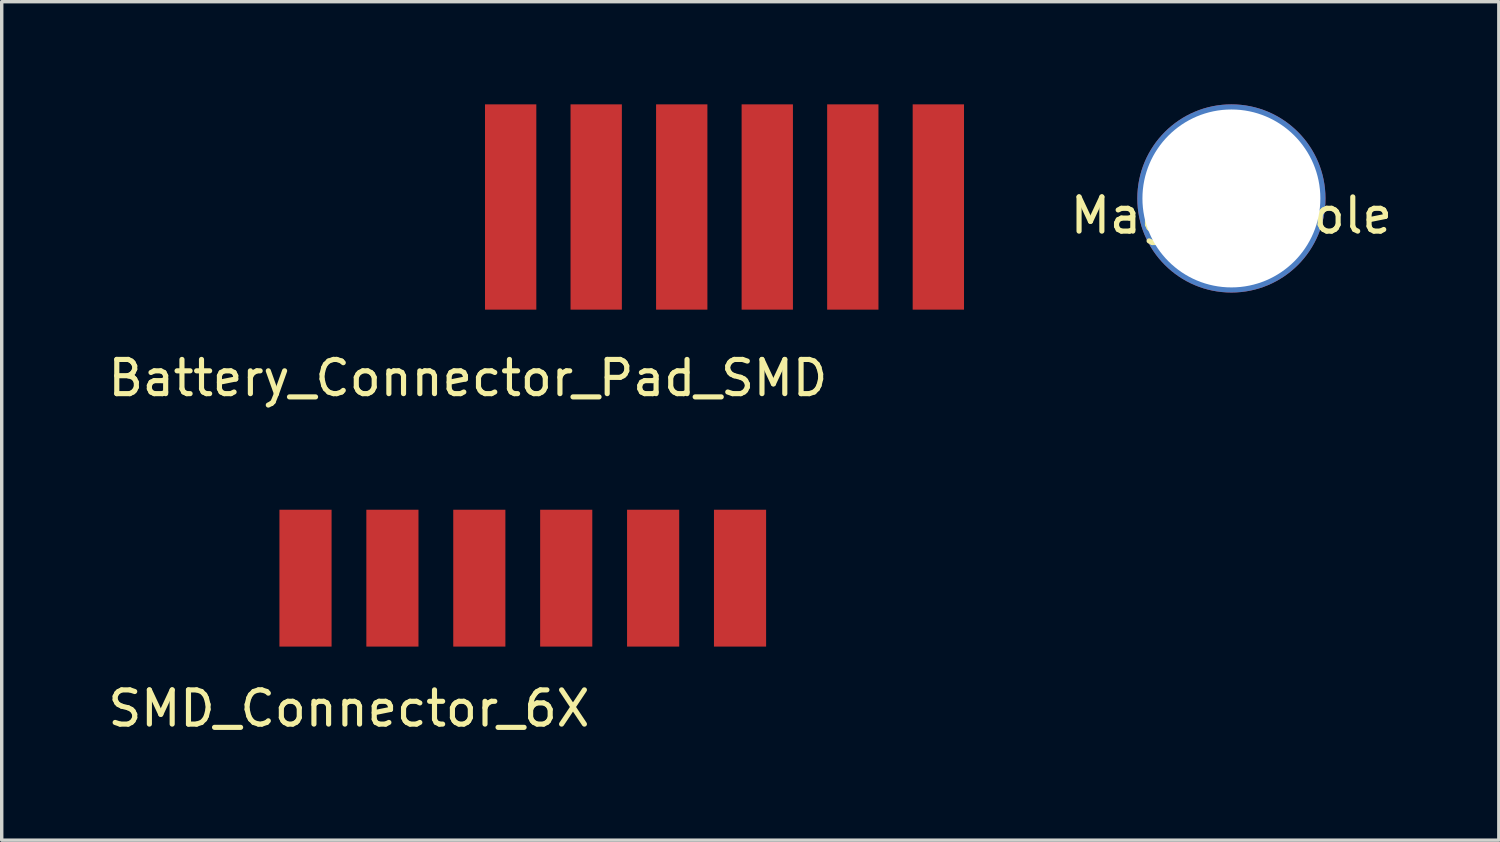
<source format=kicad_pcb>
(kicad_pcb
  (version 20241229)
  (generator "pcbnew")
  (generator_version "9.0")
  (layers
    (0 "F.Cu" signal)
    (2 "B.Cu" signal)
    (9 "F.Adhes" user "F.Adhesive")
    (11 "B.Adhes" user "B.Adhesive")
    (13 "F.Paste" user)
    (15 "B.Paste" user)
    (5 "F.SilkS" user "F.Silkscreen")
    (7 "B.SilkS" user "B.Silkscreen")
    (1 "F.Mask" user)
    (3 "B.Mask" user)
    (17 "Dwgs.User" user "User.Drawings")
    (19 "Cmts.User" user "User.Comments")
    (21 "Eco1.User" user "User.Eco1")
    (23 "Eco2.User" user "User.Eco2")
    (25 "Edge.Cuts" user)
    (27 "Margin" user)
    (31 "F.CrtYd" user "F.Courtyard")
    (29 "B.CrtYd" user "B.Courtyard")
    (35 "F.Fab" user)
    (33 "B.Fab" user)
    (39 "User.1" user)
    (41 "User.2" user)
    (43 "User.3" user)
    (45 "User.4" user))
  (footprint "Magnet_Hole"
    (layer "F.Cu")
    (at 32.94 2.75)
    (property "Reference" "Magnet_Hole" (at 0 0.5 0) (layer "F.SilkS") (effects (font (size 1 1) (thickness 0.15))))
    (attr through_hole)
    (pad "1" thru_hole circle (at 0 0) (size 5.5 5.5) (drill 5.2) (layers "*.Cu" "*.Mask")))
  (footprint "Battery_Connector_Pad_SMD"
    (layer "F.Cu")
    (at 18.125 3)
    (property "Reference" "Battery_Connector_Pad_SMD" (at -7.5 5 0) (layer "F.SilkS") (effects (font (size 1 1) (thickness 0.15))))
    (attr through_hole)
    (pad "1" smd rect (at -6.25 0) (size 1.5 6) (layers "F.Cu" "F.Mask"))
    (pad "2" smd rect (at -3.75 0) (size 1.5 6) (layers "F.Cu" "F.Mask"))
    (pad "3" smd rect (at -1.25 0) (size 1.5 6) (layers "F.Cu" "F.Mask"))
    (pad "4" smd rect (at 1.25 0) (size 1.5 6) (layers "F.Cu" "F.Mask"))
    (pad "5" smd rect (at 3.75 0) (size 1.5 6) (layers "F.Cu" "F.Mask"))
    (pad "6" smd rect (at 6.25 0) (size 1.5 6) (layers "F.Cu" "F.Mask")))
  (footprint "SMD_Connector_6X"
    (layer "F.Cu")
    (at 12.229 13.848)
    (property "Reference" "SMD_Connector_6X" (at -5.08 3.81 0) (layer "F.SilkS") (effects (font (size 1 1) (thickness 0.15))))
    (attr through_hole)
    (pad "1" smd rect (at -6.35 0) (size 1.524 4) (layers "F.Cu" "F.Mask" "F.Paste"))
    (pad "2" smd rect (at -3.81 0) (size 1.524 4) (layers "F.Cu" "F.Mask" "F.Paste"))
    (pad "3" smd rect (at -1.27 0) (size 1.524 4) (layers "F.Cu" "F.Mask" "F.Paste"))
    (pad "4" smd rect (at 1.27 0) (size 1.524 4) (layers "F.Cu" "F.Mask" "F.Paste"))
    (pad "5" smd rect (at 3.81 0) (size 1.524 4) (layers "F.Cu" "F.Mask" "F.Paste"))
    (pad "6" smd rect (at 6.35 0) (size 1.524 4) (layers "F.Cu" "F.Mask" "F.Paste")))
  (gr_rect
    (start -3 -3)
    (end 40.756 21.506)
    (stroke (width 0.1) (type default))
    (fill no)
    (layer "Edge.Cuts")))
</source>
